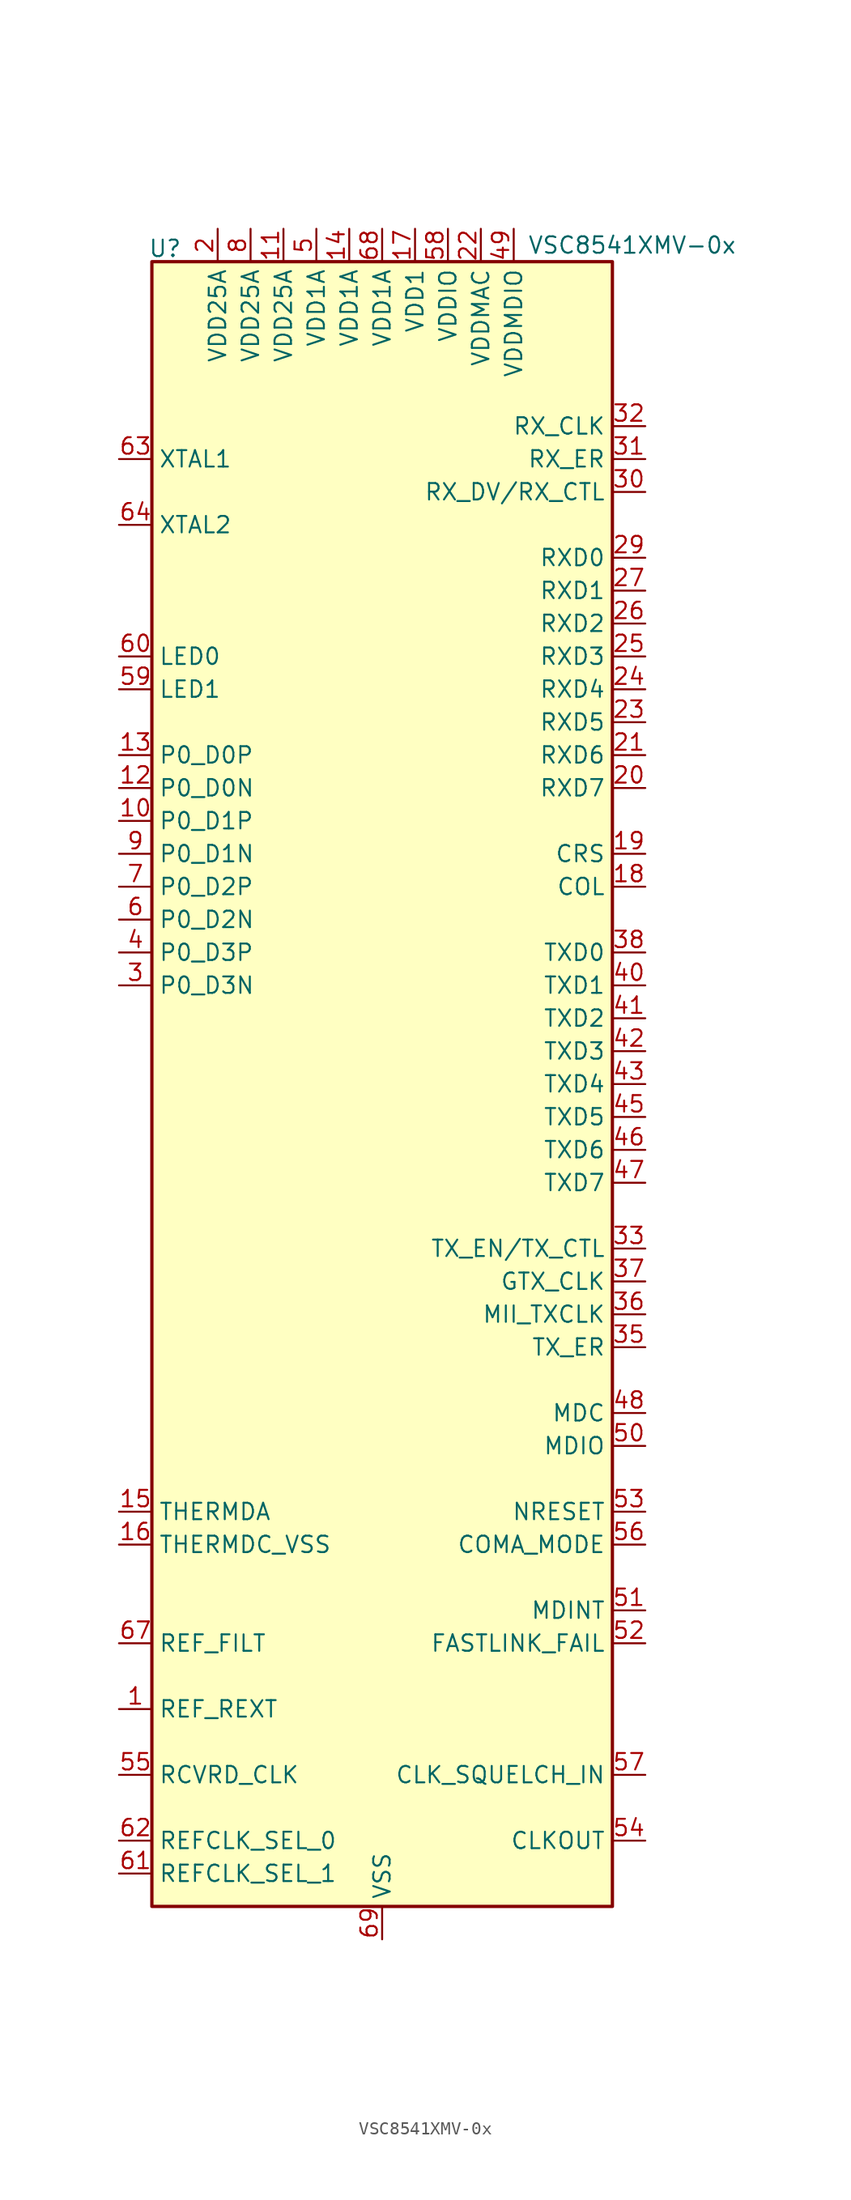
<source format=kicad_sym>
(kicad_symbol_lib
  (version 20200908)
  (generator kicad_symbol_editor)
  (symbol "Interface_Ethernet:VSC8541XMV-0x"
    (property "Reference" "U"
      (at -16.764 64.516 0)
      (effects (font (size 1.27 1.27))))
    (property "Value" "VSC8541XMV-0x"
      (at 19.304 64.77 0)
      (effects (font (size 1.27 1.27))))
    (symbol "VSC8541XMV-0x_0_1"
      (rectangle (start 17.78 -63.5) (end -17.78 63.5) (stroke (width 0.254)) (fill (type background)))
      (pin passive line (at -20.32 -48.26 0) (length 2.54) (name "REF_REXT" (effects (font (size 1.27 1.27)))) (number "1" (effects (font (size 1.27 1.27)))))
      (pin passive line (at -20.32 20.32 0) (length 2.54) (name "P0_D1P" (effects (font (size 1.27 1.27)))) (number "10" (effects (font (size 1.27 1.27)))))
      (pin power_in line (at -7.62 66.04 270) (length 2.54) (name "VDD25A" (effects (font (size 1.27 1.27)))) (number "11" (effects (font (size 1.27 1.27)))))
      (pin passive line (at -20.32 22.86 0) (length 2.54) (name "P0_D0N" (effects (font (size 1.27 1.27)))) (number "12" (effects (font (size 1.27 1.27)))))
      (pin passive line (at -20.32 25.4 0) (length 2.54) (name "P0_D0P" (effects (font (size 1.27 1.27)))) (number "13" (effects (font (size 1.27 1.27)))))
      (pin power_in line (at -2.54 66.04 270) (length 2.54) (name "VDD1A" (effects (font (size 1.27 1.27)))) (number "14" (effects (font (size 1.27 1.27)))))
      (pin passive line (at -20.32 -33.02 0) (length 2.54) (name "THERMDA" (effects (font (size 1.27 1.27)))) (number "15" (effects (font (size 1.27 1.27)))))
      (pin passive line (at -20.32 -35.56 0) (length 2.54) (name "THERMDC_VSS" (effects (font (size 1.27 1.27)))) (number "16" (effects (font (size 1.27 1.27)))))
      (pin power_in line (at 2.54 66.04 270) (length 2.54) (name "VDD1" (effects (font (size 1.27 1.27)))) (number "17" (effects (font (size 1.27 1.27)))))
      (pin bidirectional line (at 20.32 15.24 180) (length 2.54) (name "COL" (effects (font (size 1.27 1.27)))) (number "18" (effects (font (size 1.27 1.27)))))
      (pin bidirectional line (at 20.32 17.78 180) (length 2.54) (name "CRS" (effects (font (size 1.27 1.27)))) (number "19" (effects (font (size 1.27 1.27)))))
      (pin power_in line (at -12.7 66.04 270) (length 2.54) (name "VDD25A" (effects (font (size 1.27 1.27)))) (number "2" (effects (font (size 1.27 1.27)))))
      (pin bidirectional line (at 20.32 22.86 180) (length 2.54) (name "RXD7" (effects (font (size 1.27 1.27)))) (number "20" (effects (font (size 1.27 1.27)))))
      (pin bidirectional line (at 20.32 25.4 180) (length 2.54) (name "RXD6" (effects (font (size 1.27 1.27)))) (number "21" (effects (font (size 1.27 1.27)))))
      (pin power_in line (at 7.62 66.04 270) (length 2.54) (name "VDDMAC" (effects (font (size 1.27 1.27)))) (number "22" (effects (font (size 1.27 1.27)))))
      (pin bidirectional line (at 20.32 27.94 180) (length 2.54) (name "RXD5" (effects (font (size 1.27 1.27)))) (number "23" (effects (font (size 1.27 1.27)))))
      (pin bidirectional line (at 20.32 30.48 180) (length 2.54) (name "RXD4" (effects (font (size 1.27 1.27)))) (number "24" (effects (font (size 1.27 1.27)))))
      (pin bidirectional line (at 20.32 33.02 180) (length 2.54) (name "RXD3" (effects (font (size 1.27 1.27)))) (number "25" (effects (font (size 1.27 1.27)))))
      (pin bidirectional line (at 20.32 35.56 180) (length 2.54) (name "RXD2" (effects (font (size 1.27 1.27)))) (number "26" (effects (font (size 1.27 1.27)))))
      (pin bidirectional line (at 20.32 38.1 180) (length 2.54) (name "RXD1" (effects (font (size 1.27 1.27)))) (number "27" (effects (font (size 1.27 1.27)))))
      (pin passive line (at 7.62 66.04 270) (length 2.54) hide (name "VDDMAC" (effects (font (size 1.27 1.27)))) (number "28" (effects (font (size 1.27 1.27)))))
      (pin bidirectional line (at 20.32 40.64 180) (length 2.54) (name "RXD0" (effects (font (size 1.27 1.27)))) (number "29" (effects (font (size 1.27 1.27)))))
      (pin passive line (at -20.32 7.62 0) (length 2.54) (name "P0_D3N" (effects (font (size 1.27 1.27)))) (number "3" (effects (font (size 1.27 1.27)))))
      (pin bidirectional line (at 20.32 45.72 180) (length 2.54) (name "RX_DV/RX_CTL" (effects (font (size 1.27 1.27)))) (number "30" (effects (font (size 1.27 1.27)))))
      (pin bidirectional line (at 20.32 48.26 180) (length 2.54) (name "RX_ER" (effects (font (size 1.27 1.27)))) (number "31" (effects (font (size 1.27 1.27)))))
      (pin bidirectional line (at 20.32 50.8 180) (length 2.54) (name "RX_CLK" (effects (font (size 1.27 1.27)))) (number "32" (effects (font (size 1.27 1.27)))))
      (pin input line (at 20.32 -12.7 180) (length 2.54) (name "TX_EN/TX_CTL" (effects (font (size 1.27 1.27)))) (number "33" (effects (font (size 1.27 1.27)))))
      (pin passive line (at 2.54 66.04 270) (length 2.54) hide (name "VDD1" (effects (font (size 1.27 1.27)))) (number "34" (effects (font (size 1.27 1.27)))))
      (pin input line (at 20.32 -20.32 180) (length 2.54) (name "TX_ER" (effects (font (size 1.27 1.27)))) (number "35" (effects (font (size 1.27 1.27)))))
      (pin bidirectional line (at 20.32 -17.78 180) (length 2.54) (name "MII_TXCLK" (effects (font (size 1.27 1.27)))) (number "36" (effects (font (size 1.27 1.27)))))
      (pin input line (at 20.32 -15.24 180) (length 2.54) (name "GTX_CLK" (effects (font (size 1.27 1.27)))) (number "37" (effects (font (size 1.27 1.27)))))
      (pin input line (at 20.32 10.16 180) (length 2.54) (name "TXD0" (effects (font (size 1.27 1.27)))) (number "38" (effects (font (size 1.27 1.27)))))
      (pin passive line (at 7.62 66.04 270) (length 2.54) hide (name "VDDMAC" (effects (font (size 1.27 1.27)))) (number "39" (effects (font (size 1.27 1.27)))))
      (pin passive line (at -20.32 10.16 0) (length 2.54) (name "P0_D3P" (effects (font (size 1.27 1.27)))) (number "4" (effects (font (size 1.27 1.27)))))
      (pin input line (at 20.32 7.62 180) (length 2.54) (name "TXD1" (effects (font (size 1.27 1.27)))) (number "40" (effects (font (size 1.27 1.27)))))
      (pin input line (at 20.32 5.08 180) (length 2.54) (name "TXD2" (effects (font (size 1.27 1.27)))) (number "41" (effects (font (size 1.27 1.27)))))
      (pin input line (at 20.32 2.54 180) (length 2.54) (name "TXD3" (effects (font (size 1.27 1.27)))) (number "42" (effects (font (size 1.27 1.27)))))
      (pin input line (at 20.32 0 180) (length 2.54) (name "TXD4" (effects (font (size 1.27 1.27)))) (number "43" (effects (font (size 1.27 1.27)))))
      (pin passive line (at 7.62 66.04 270) (length 2.54) hide (name "VDDMAC" (effects (font (size 1.27 1.27)))) (number "44" (effects (font (size 1.27 1.27)))))
      (pin input line (at 20.32 -2.54 180) (length 2.54) (name "TXD5" (effects (font (size 1.27 1.27)))) (number "45" (effects (font (size 1.27 1.27)))))
      (pin input line (at 20.32 -5.08 180) (length 2.54) (name "TXD6" (effects (font (size 1.27 1.27)))) (number "46" (effects (font (size 1.27 1.27)))))
      (pin input line (at 20.32 -7.62 180) (length 2.54) (name "TXD7" (effects (font (size 1.27 1.27)))) (number "47" (effects (font (size 1.27 1.27)))))
      (pin input line (at 20.32 -25.4 180) (length 2.54) (name "MDC" (effects (font (size 1.27 1.27)))) (number "48" (effects (font (size 1.27 1.27)))))
      (pin power_in line (at 10.16 66.04 270) (length 2.54) (name "VDDMDIO" (effects (font (size 1.27 1.27)))) (number "49" (effects (font (size 1.27 1.27)))))
      (pin power_in line (at -5.08 66.04 270) (length 2.54) (name "VDD1A" (effects (font (size 1.27 1.27)))) (number "5" (effects (font (size 1.27 1.27)))))
      (pin bidirectional line (at 20.32 -27.94 180) (length 2.54) (name "MDIO" (effects (font (size 1.27 1.27)))) (number "50" (effects (font (size 1.27 1.27)))))
      (pin output line (at 20.32 -40.64 180) (length 2.54) (name "MDINT" (effects (font (size 1.27 1.27)))) (number "51" (effects (font (size 1.27 1.27)))))
      (pin output line (at 20.32 -43.18 180) (length 2.54) (name "FASTLINK_FAIL" (effects (font (size 1.27 1.27)))) (number "52" (effects (font (size 1.27 1.27)))))
      (pin input line (at 20.32 -33.02 180) (length 2.54) (name "NRESET" (effects (font (size 1.27 1.27)))) (number "53" (effects (font (size 1.27 1.27)))))
      (pin bidirectional line (at 20.32 -58.42 180) (length 2.54) (name "CLKOUT" (effects (font (size 1.27 1.27)))) (number "54" (effects (font (size 1.27 1.27)))))
      (pin output line (at -20.32 -53.34 0) (length 2.54) (name "RCVRD_CLK" (effects (font (size 1.27 1.27)))) (number "55" (effects (font (size 1.27 1.27)))))
      (pin bidirectional line (at 20.32 -35.56 180) (length 2.54) (name "COMA_MODE" (effects (font (size 1.27 1.27)))) (number "56" (effects (font (size 1.27 1.27)))))
      (pin input line (at 20.32 -53.34 180) (length 2.54) (name "CLK_SQUELCH_IN" (effects (font (size 1.27 1.27)))) (number "57" (effects (font (size 1.27 1.27)))))
      (pin power_in line (at 5.08 66.04 270) (length 2.54) (name "VDDIO" (effects (font (size 1.27 1.27)))) (number "58" (effects (font (size 1.27 1.27)))))
      (pin output line (at -20.32 30.48 0) (length 2.54) (name "LED1" (effects (font (size 1.27 1.27)))) (number "59" (effects (font (size 1.27 1.27)))))
      (pin passive line (at -20.32 12.7 0) (length 2.54) (name "P0_D2N" (effects (font (size 1.27 1.27)))) (number "6" (effects (font (size 1.27 1.27)))))
      (pin output line (at -20.32 33.02 0) (length 2.54) (name "LED0" (effects (font (size 1.27 1.27)))) (number "60" (effects (font (size 1.27 1.27)))))
      (pin input line (at -20.32 -60.96 0) (length 2.54) (name "REFCLK_SEL_1" (effects (font (size 1.27 1.27)))) (number "61" (effects (font (size 1.27 1.27)))))
      (pin input line (at -20.32 -58.42 0) (length 2.54) (name "REFCLK_SEL_0" (effects (font (size 1.27 1.27)))) (number "62" (effects (font (size 1.27 1.27)))))
      (pin input line (at -20.32 48.26 0) (length 2.54) (name "XTAL1" (effects (font (size 1.27 1.27)))) (number "63" (effects (font (size 1.27 1.27)))))
      (pin output line (at -20.32 43.18 0) (length 2.54) (name "XTAL2" (effects (font (size 1.27 1.27)))) (number "64" (effects (font (size 1.27 1.27)))))
      (pin unconnected line (at -17.78 -20.32 0) (length 2.54) hide (name "RESERVED_1" (effects (font (size 1.27 1.27)))) (number "65" (effects (font (size 1.27 1.27)))))
      (pin unconnected line (at -17.78 -17.78 0) (length 2.54) hide (name "RESERVED_0" (effects (font (size 1.27 1.27)))) (number "66" (effects (font (size 1.27 1.27)))))
      (pin passive line (at -20.32 -43.18 0) (length 2.54) (name "REF_FILT" (effects (font (size 1.27 1.27)))) (number "67" (effects (font (size 1.27 1.27)))))
      (pin power_in line (at 0 66.04 270) (length 2.54) (name "VDD1A" (effects (font (size 1.27 1.27)))) (number "68" (effects (font (size 1.27 1.27)))))
      (pin power_in line (at 0 -66.04 90) (length 2.54) (name "VSS" (effects (font (size 1.27 1.27)))) (number "69" (effects (font (size 1.27 1.27)))))
      (pin passive line (at -20.32 15.24 0) (length 2.54) (name "P0_D2P" (effects (font (size 1.27 1.27)))) (number "7" (effects (font (size 1.27 1.27)))))
      (pin power_in line (at -10.16 66.04 270) (length 2.54) (name "VDD25A" (effects (font (size 1.27 1.27)))) (number "8" (effects (font (size 1.27 1.27)))))
      (pin passive line (at -20.32 17.78 0) (length 2.54) (name "P0_D1N" (effects (font (size 1.27 1.27)))) (number "9" (effects (font (size 1.27 1.27))))))))
</source>
